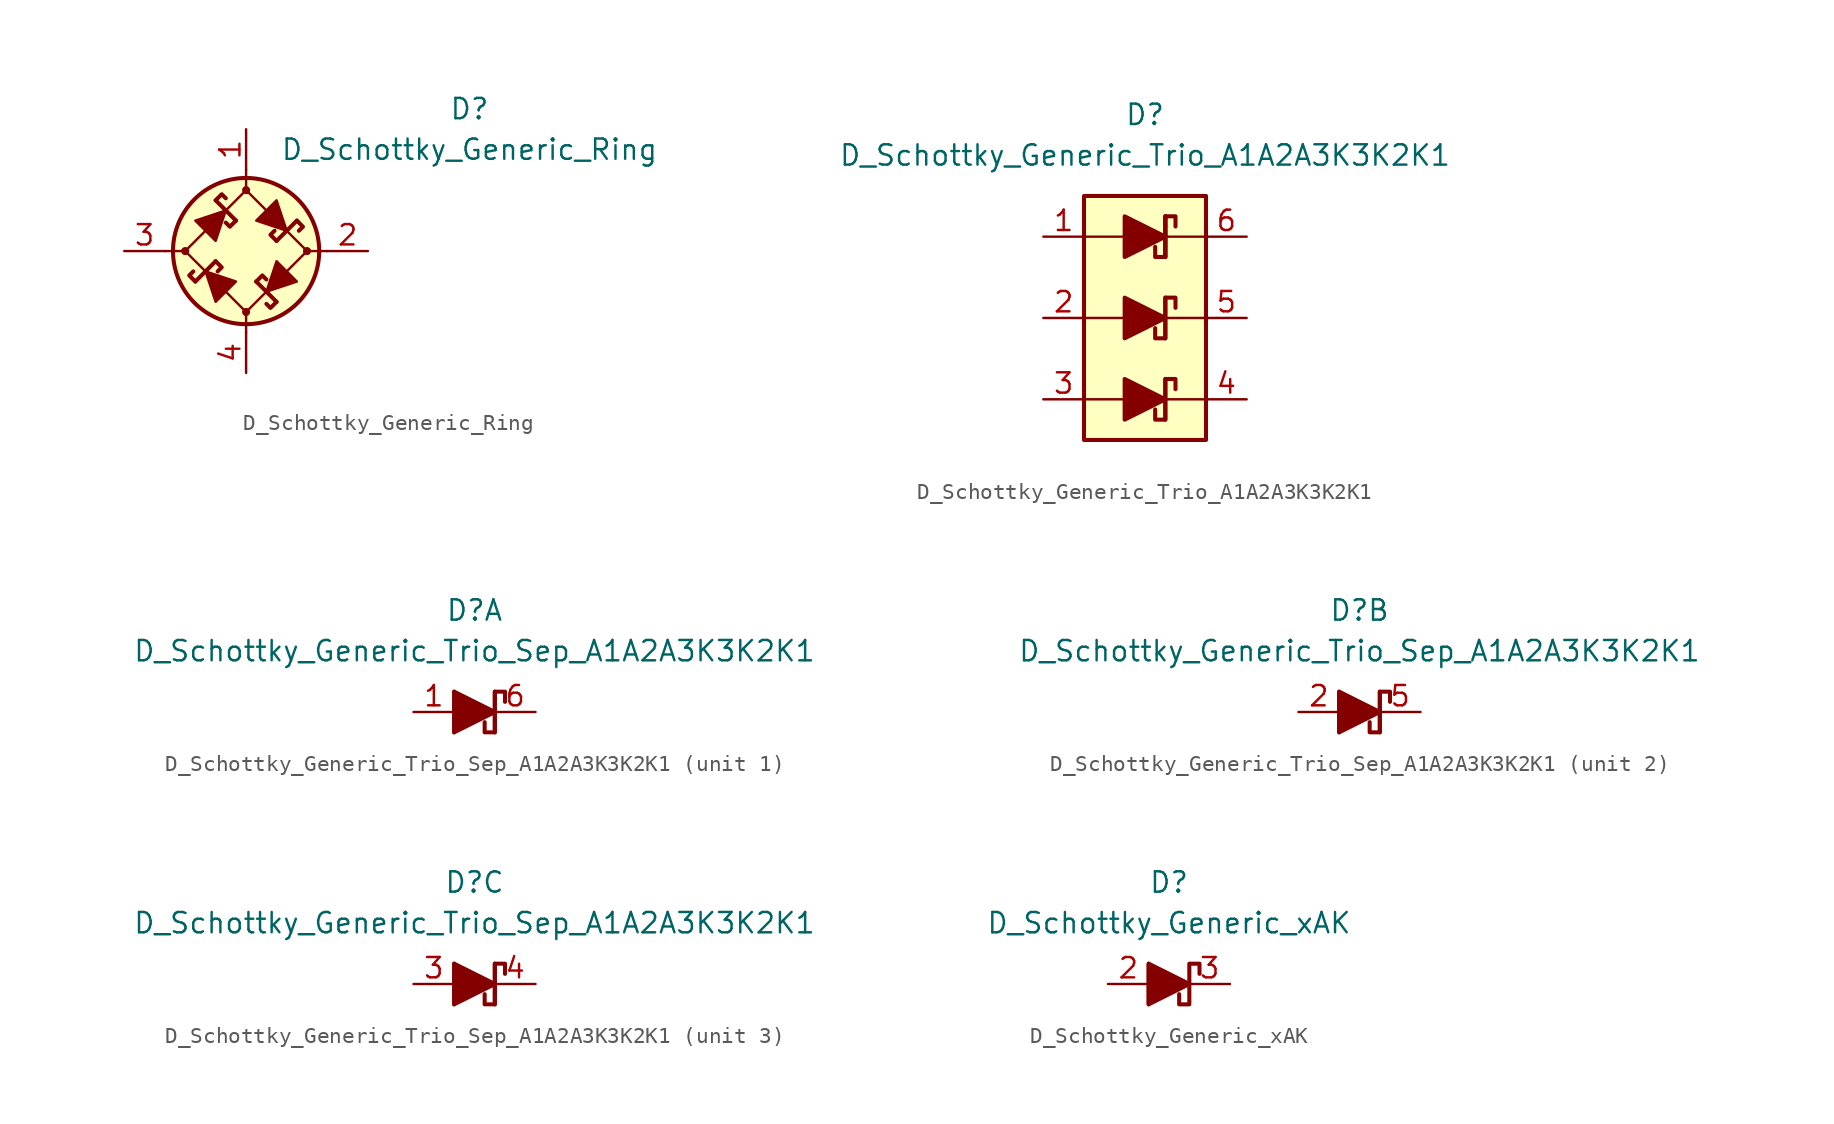
<source format=kicad_sym>
(kicad_symbol_lib
  (version 20201005)
  (generator kicad_symbol_editor)
  (symbol "Diode_Schottky_AKL:D_Schottky_Generic_Ring"
    (pin_names
      (offset 1.016) hide)
    (property "Reference" "D"
      (at 13.97 8.89 0)
      (effects (font (size 1.27 1.27))))
    (property "Value" "D_Schottky_Generic_Ring"
      (at 13.97 6.35 0)
      (effects (font (size 1.27 1.27))))
    (symbol "D_Schottky_Generic_Ring_0_1"
      (circle (center -3.81 0) (radius 0.178) (stroke (width 0)) (fill (type outline)))
      (circle (center 0 0) (radius 4.572) (stroke (width 0.254)) (fill (type background)))
      (polyline (pts (xy -5.08 0) (xy -3.81 0)) (stroke (width 0)) (fill (type none)))
      (polyline (pts (xy -1.905 -0.635) (xy -3.175 -1.905)) (stroke (width 0.254)) (fill (type none)))
      (polyline (pts (xy -1.905 3.175) (xy -0.635 1.905)) (stroke (width 0.254)) (fill (type none)))
      (polyline (pts (xy 0 -5.08) (xy 0 -3.81)) (stroke (width 0)) (fill (type none)))
      (polyline (pts (xy 0 5.08) (xy 0 3.81)) (stroke (width 0)) (fill (type none)))
      (polyline (pts (xy 0.635 -1.905) (xy 1.905 -3.175)) (stroke (width 0.254)) (fill (type none)))
      (polyline (pts (xy 3.175 1.905) (xy 1.905 0.635)) (stroke (width 0.254)) (fill (type none)))
      (polyline (pts (xy 5.08 0) (xy 3.81 0)) (stroke (width 0)) (fill (type none)))
      (polyline (pts (xy 0 3.81) (xy -3.81 0) (xy 0 -3.81) (xy 3.81 0) (xy 0 3.81)) (stroke (width 0)) (fill (type none)))
      (polyline (pts (xy -2.54 -1.27) (xy -1.905 -3.175) (xy -0.635 -1.905) (xy -2.54 -1.27)) (stroke (width 0)) (fill (type outline)))
      (polyline (pts (xy -1.27 2.54) (xy -1.905 0.635) (xy -3.175 1.905) (xy -1.27 2.54)) (stroke (width 0)) (fill (type outline)))
      (polyline (pts (xy 1.27 -2.54) (xy 3.175 -1.905) (xy 1.905 -0.635) (xy 1.27 -2.54)) (stroke (width 0)) (fill (type outline)))
      (polyline (pts (xy 2.54 1.27) (xy 0.635 1.905) (xy 1.905 3.175) (xy 2.54 1.27)) (stroke (width 0)) (fill (type outline))))
    (symbol "D_Schottky_Generic_Ring_1_1"
      (circle (center 0 -3.81) (radius 0.178) (stroke (width 0)) (fill (type outline)))
      (circle (center 0 3.81) (radius 0.178) (stroke (width 0)) (fill (type outline)))
      (circle (center 3.81 0) (radius 0.178) (stroke (width 0)) (fill (type outline)))
      (polyline (pts (xy -3.175 -1.905) (xy -3.556 -1.524) (xy -3.302 -1.27)) (stroke (width 0.254)) (fill (type none)))
      (polyline (pts (xy -1.905 -0.635) (xy -1.524 -1.016) (xy -1.778 -1.27)) (stroke (width 0.254)) (fill (type none)))
      (polyline (pts (xy -1.905 3.175) (xy -1.524 3.556) (xy -1.27 3.302)) (stroke (width 0.254)) (fill (type none)))
      (polyline (pts (xy -0.635 1.905) (xy -1.016 1.524) (xy -1.27 1.778)) (stroke (width 0.254)) (fill (type none)))
      (polyline (pts (xy 0.635 -1.905) (xy 1.016 -1.524) (xy 1.27 -1.778)) (stroke (width 0.254)) (fill (type none)))
      (polyline (pts (xy 1.905 -3.175) (xy 1.524 -3.556) (xy 1.27 -3.302)) (stroke (width 0.254)) (fill (type none)))
      (polyline (pts (xy 1.905 0.635) (xy 1.524 1.016) (xy 1.778 1.27)) (stroke (width 0.254)) (fill (type none)))
      (polyline (pts (xy 3.175 1.905) (xy 3.556 1.524) (xy 3.302 1.27)) (stroke (width 0.254)) (fill (type none)))
      (pin passive line (at 0 7.62 270) (length 2.54) (name "1" (effects (font (size 1.27 1.27)))) (number "1" (effects (font (size 1.27 1.27)))))
      (pin passive line (at 7.62 0 180) (length 2.54) (name "2" (effects (font (size 1.27 1.27)))) (number "2" (effects (font (size 1.27 1.27)))))
      (pin passive line (at -7.62 0 0) (length 2.54) (name "3" (effects (font (size 1.27 1.27)))) (number "3" (effects (font (size 1.27 1.27)))))
      (pin passive line (at 0 -7.62 90) (length 2.54) (name "4" (effects (font (size 1.27 1.27)))) (number "4" (effects (font (size 1.27 1.27)))))))
  (symbol "Diode_Schottky_AKL:D_Schottky_Generic_Trio_A1A2A3K3K2K1"
    (pin_names
      (offset 1.016) hide)
    (property "Reference" "D"
      (at 0 12.7 0)
      (effects (font (size 1.27 1.27))))
    (property "Value" "D_Schottky_Generic_Trio_A1A2A3K3K2K1"
      (at 0 10.16 0)
      (effects (font (size 1.27 1.27))))
    (symbol "D_Schottky_Generic_Trio_A1A2A3K3K2K1_0_1"
      (rectangle (start -3.81 7.62) (end 3.81 -7.62) (stroke (width 0.254)) (fill (type background)))
      (polyline (pts (xy -3.81 -5.08) (xy -1.27 -5.08)) (stroke (width 0)) (fill (type none)))
      (polyline (pts (xy -3.81 0) (xy -1.27 0)) (stroke (width 0)) (fill (type none)))
      (polyline (pts (xy -3.81 5.08) (xy -1.27 5.08)) (stroke (width 0)) (fill (type none)))
      (polyline (pts (xy 1.27 -5.08) (xy 3.81 -5.08)) (stroke (width 0)) (fill (type none)))
      (polyline (pts (xy 1.27 0) (xy 3.81 0)) (stroke (width 0)) (fill (type none)))
      (polyline (pts (xy 1.27 3.81) (xy 1.27 6.35)) (stroke (width 0.254)) (fill (type none)))
      (polyline (pts (xy 1.27 5.08) (xy 3.81 5.08)) (stroke (width 0)) (fill (type none))))
    (symbol "D_Schottky_Generic_Trio_A1A2A3K3K2K1_1_1"
      (polyline (pts (xy -1.27 -5.08) (xy 1.27 -5.08)) (stroke (width 0)) (fill (type none)))
      (polyline (pts (xy -1.27 0) (xy 1.27 0)) (stroke (width 0)) (fill (type none)))
      (polyline (pts (xy -1.27 5.08) (xy 1.27 5.08)) (stroke (width 0)) (fill (type none)))
      (polyline (pts (xy 1.27 -3.81) (xy 1.27 -6.35)) (stroke (width 0.254)) (fill (type none)))
      (polyline (pts (xy 1.27 1.27) (xy 1.27 -1.27)) (stroke (width 0.254)) (fill (type none)))
      (polyline (pts (xy 1.27 6.35) (xy 1.27 3.81)) (stroke (width 0.254)) (fill (type none)))
      (polyline (pts (xy 1.905 -4.445) (xy 1.905 -3.81) (xy 1.27 -3.81) (xy 1.27 -6.35) (xy 0.635 -6.35) (xy 0.635 -5.715)) (stroke (width 0.254)) (fill (type none)))
      (polyline (pts (xy 1.905 0.635) (xy 1.905 1.27) (xy 1.27 1.27) (xy 1.27 -1.27) (xy 0.635 -1.27) (xy 0.635 -0.635)) (stroke (width 0.254)) (fill (type none)))
      (polyline (pts (xy 1.905 5.715) (xy 1.905 6.35) (xy 1.27 6.35) (xy 1.27 3.81) (xy 0.635 3.81) (xy 0.635 4.445)) (stroke (width 0.254)) (fill (type none)))
      (polyline (pts (xy -1.27 -6.35) (xy -1.27 -3.81) (xy 1.27 -5.08) (xy -1.27 -6.35)) (stroke (width 0.254)) (fill (type outline)))
      (polyline (pts (xy -1.27 -1.27) (xy -1.27 1.27) (xy 1.27 0) (xy -1.27 -1.27)) (stroke (width 0.254)) (fill (type outline)))
      (polyline (pts (xy -1.27 3.81) (xy -1.27 6.35) (xy 1.27 5.08) (xy -1.27 3.81)) (stroke (width 0.254)) (fill (type outline)))
      (pin passive line (at -6.35 5.08 0) (length 2.54) (name "A1" (effects (font (size 1.27 1.27)))) (number "1" (effects (font (size 1.27 1.27)))))
      (pin passive line (at -6.35 0 0) (length 2.54) (name "A2" (effects (font (size 1.27 1.27)))) (number "2" (effects (font (size 1.27 1.27)))))
      (pin passive line (at -6.35 -5.08 0) (length 2.54) (name "A3" (effects (font (size 1.27 1.27)))) (number "3" (effects (font (size 1.27 1.27)))))
      (pin passive line (at 6.35 -5.08 180) (length 2.54) (name "K3" (effects (font (size 1.27 1.27)))) (number "4" (effects (font (size 1.27 1.27)))))
      (pin passive line (at 6.35 0 180) (length 2.54) (name "K2" (effects (font (size 1.27 1.27)))) (number "5" (effects (font (size 1.27 1.27)))))
      (pin passive line (at 6.35 5.08 180) (length 2.54) (name "K1" (effects (font (size 1.27 1.27)))) (number "6" (effects (font (size 1.27 1.27)))))))
  (symbol "Diode_Schottky_AKL:D_Schottky_Generic_Trio_Sep_A1A2A3K3K2K1"
    (pin_names
      (offset 1.016) hide)
    (property "Reference" "D"
      (at 0 6.35 0)
      (effects (font (size 1.27 1.27))))
    (property "Value" "D_Schottky_Generic_Trio_Sep_A1A2A3K3K2K1"
      (at 0 3.81 0)
      (effects (font (size 1.27 1.27))))
    (property "ki_locked" ""
      (at 0 0 0)
      (effects (font (size 1.27 1.27))))
    (symbol "D_Schottky_Generic_Trio_Sep_A1A2A3K3K2K1_0_1"
      (polyline (pts (xy -1.27 1.27) (xy -1.27 -1.27)) (stroke (width 0.254)) (fill (type none))))
    (symbol "D_Schottky_Generic_Trio_Sep_A1A2A3K3K2K1_1_1"
      (polyline (pts (xy -1.27 0) (xy 1.27 0)) (stroke (width 0)) (fill (type none)))
      (polyline (pts (xy 1.27 1.27) (xy 1.27 -1.27)) (stroke (width 0.254)) (fill (type none)))
      (polyline (pts (xy 1.905 0.635) (xy 1.905 1.27) (xy 1.27 1.27) (xy 1.27 -1.27) (xy 0.635 -1.27) (xy 0.635 -0.635)) (stroke (width 0.254)) (fill (type none)))
      (polyline (pts (xy -1.27 -1.27) (xy -1.27 1.27) (xy 1.27 0) (xy -1.27 -1.27)) (stroke (width 0.254)) (fill (type outline)))
      (pin passive line (at -3.81 0 0) (length 2.54) (name "A1" (effects (font (size 1.27 1.27)))) (number "1" (effects (font (size 1.27 1.27)))))
      (pin passive line (at 3.81 0 180) (length 2.54) (name "K1" (effects (font (size 1.27 1.27)))) (number "6" (effects (font (size 1.27 1.27))))))
    (symbol "D_Schottky_Generic_Trio_Sep_A1A2A3K3K2K1_2_1"
      (polyline (pts (xy -1.27 0) (xy 1.27 0)) (stroke (width 0)) (fill (type none)))
      (polyline (pts (xy 1.27 1.27) (xy 1.27 -1.27)) (stroke (width 0.254)) (fill (type none)))
      (polyline (pts (xy 1.905 0.635) (xy 1.905 1.27) (xy 1.27 1.27) (xy 1.27 -1.27) (xy 0.635 -1.27) (xy 0.635 -0.635)) (stroke (width 0.254)) (fill (type none)))
      (polyline (pts (xy -1.27 -1.27) (xy -1.27 1.27) (xy 1.27 0) (xy -1.27 -1.27)) (stroke (width 0.254)) (fill (type outline)))
      (pin passive line (at -3.81 0 0) (length 2.54) (name "A2" (effects (font (size 1.27 1.27)))) (number "2" (effects (font (size 1.27 1.27)))))
      (pin passive line (at 3.81 0 180) (length 2.54) (name "K2" (effects (font (size 1.27 1.27)))) (number "5" (effects (font (size 1.27 1.27))))))
    (symbol "D_Schottky_Generic_Trio_Sep_A1A2A3K3K2K1_3_1"
      (polyline (pts (xy -1.27 0) (xy 1.27 0)) (stroke (width 0)) (fill (type none)))
      (polyline (pts (xy 1.27 1.27) (xy 1.27 -1.27)) (stroke (width 0.254)) (fill (type none)))
      (polyline (pts (xy 1.905 0.635) (xy 1.905 1.27) (xy 1.27 1.27) (xy 1.27 -1.27) (xy 0.635 -1.27) (xy 0.635 -0.635)) (stroke (width 0.254)) (fill (type none)))
      (polyline (pts (xy -1.27 -1.27) (xy -1.27 1.27) (xy 1.27 0) (xy -1.27 -1.27)) (stroke (width 0.254)) (fill (type outline)))
      (pin passive line (at -3.81 0 0) (length 2.54) (name "A3" (effects (font (size 1.27 1.27)))) (number "3" (effects (font (size 1.27 1.27)))))
      (pin passive line (at 3.81 0 180) (length 2.54) (name "K3" (effects (font (size 1.27 1.27)))) (number "4" (effects (font (size 1.27 1.27)))))))
  (symbol "Diode_Schottky_AKL:D_Schottky_Generic_xAK"
    (pin_names
      (offset 1.016) hide)
    (property "Reference" "D"
      (at 0 6.35 0)
      (effects (font (size 1.27 1.27))))
    (property "Value" "D_Schottky_Generic_xAK"
      (at 0 3.81 0)
      (effects (font (size 1.27 1.27))))
    (symbol "D_Schottky_Generic_xAK_0_1"
      (polyline (pts (xy -1.27 0) (xy 1.27 0)) (stroke (width 0)) (fill (type none)))
      (polyline (pts (xy -1.27 1.27) (xy -1.27 -1.27)) (stroke (width 0.254)) (fill (type none)))
      (polyline (pts (xy -1.27 -1.27) (xy -1.27 1.27) (xy 1.27 0) (xy -1.27 -1.27)) (stroke (width 0.254)) (fill (type outline))))
    (symbol "D_Schottky_Generic_xAK_1_1"
      (polyline (pts (xy 1.905 0.635) (xy 1.905 1.27) (xy 1.27 1.27) (xy 1.27 -1.27) (xy 0.635 -1.27) (xy 0.635 -0.635)) (stroke (width 0.254)) (fill (type none)))
      (pin passive line (at -3.81 0 0) (length 2.54) (name "A" (effects (font (size 1.27 1.27)))) (number "2" (effects (font (size 1.27 1.27)))))
      (pin passive line (at 3.81 0 180) (length 2.54) (name "K" (effects (font (size 1.27 1.27)))) (number "3" (effects (font (size 1.27 1.27))))))))
</source>
